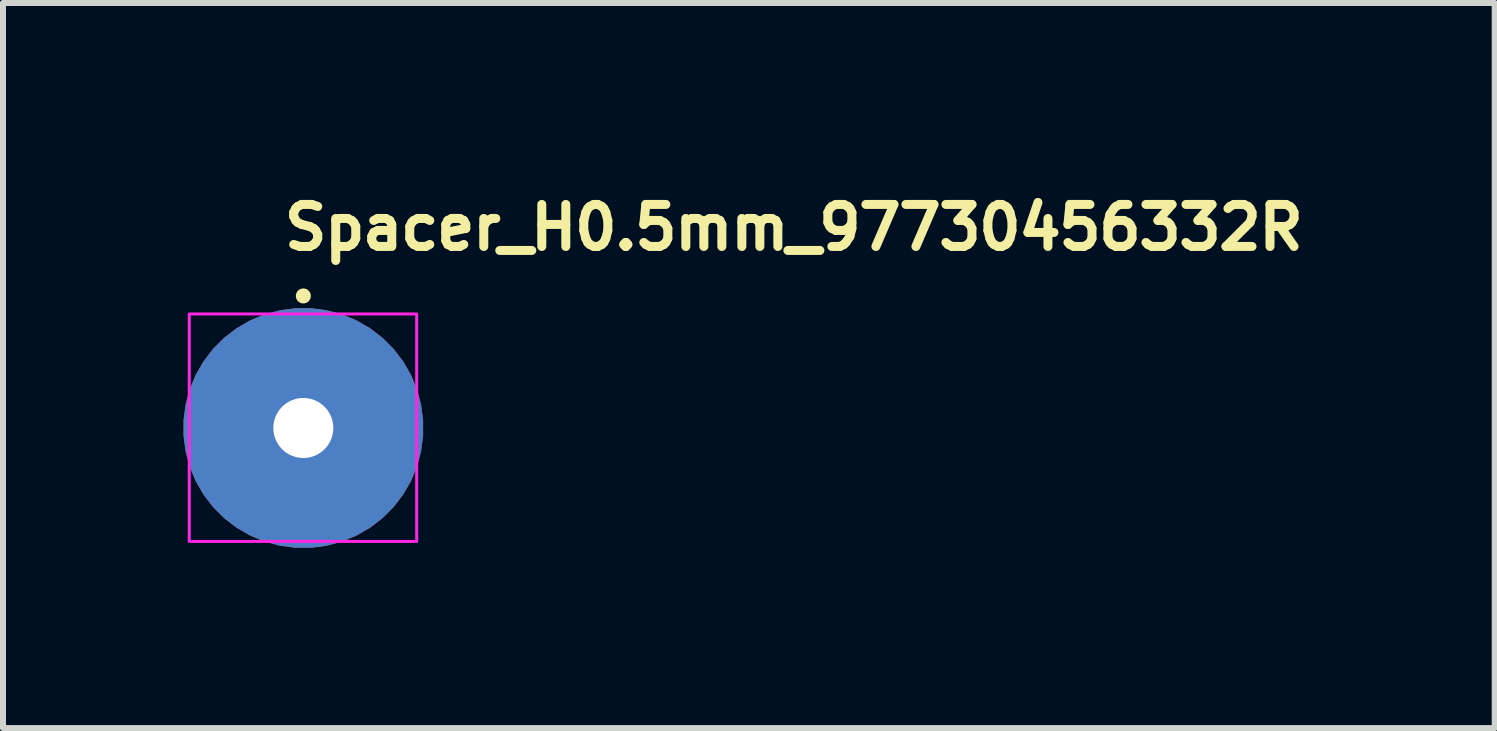
<source format=kicad_pcb>
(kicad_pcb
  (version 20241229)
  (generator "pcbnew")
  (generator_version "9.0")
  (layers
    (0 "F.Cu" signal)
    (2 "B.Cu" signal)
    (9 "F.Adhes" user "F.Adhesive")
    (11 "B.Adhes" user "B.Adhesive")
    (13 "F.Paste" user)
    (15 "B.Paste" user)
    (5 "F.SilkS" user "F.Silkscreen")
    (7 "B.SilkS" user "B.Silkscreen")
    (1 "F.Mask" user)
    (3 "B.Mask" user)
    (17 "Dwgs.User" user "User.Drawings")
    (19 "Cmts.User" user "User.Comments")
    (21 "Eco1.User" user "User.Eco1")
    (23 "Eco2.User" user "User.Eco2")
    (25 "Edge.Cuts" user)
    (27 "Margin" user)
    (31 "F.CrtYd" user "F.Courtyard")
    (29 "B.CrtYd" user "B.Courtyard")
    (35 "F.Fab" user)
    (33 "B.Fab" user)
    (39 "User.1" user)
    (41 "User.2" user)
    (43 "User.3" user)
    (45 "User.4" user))
  (footprint "Spacer_H0.5mm_97730456332R"
    (layer "F.Cu")
    (at 2.003 4.081)
    (property "Reference" "Spacer_H0.5mm_97730456332R" (at -0.391 -2.931 0) (unlocked yes) (layer "F.SilkS") (effects (font (size 0.7 0.7) (thickness 0.15)) (justify left bottom)))
    (attr smd)
    (fp_circle (center 0.001 -2.2) (end 0.051 -2.2) (stroke (width 0.15) (type solid)) (fill yes) (layer "F.SilkS"))
    (fp_line (start -1.849 0.569) (end -1.849 -0.579) (stroke (width 0.12) (type solid)) (layer "F.Paste"))
    (fp_line (start -1.748 0.819) (end -1.748 -0.83) (stroke (width 0.12) (type solid)) (layer "F.Paste"))
    (fp_line (start -1.65 0.998) (end -1.65 -1.024) (stroke (width 0.12) (type solid)) (layer "F.Paste"))
    (fp_line (start -1.549 1.149) (end -1.549 -1.159) (stroke (width 0.12) (type solid)) (layer "F.Paste"))
    (fp_line (start -1.448 1.274) (end -1.448 -1.275) (stroke (width 0.12) (type solid)) (layer "F.Paste"))
    (fp_line (start -1.349 1.375) (end -1.349 -1.374) (stroke (width 0.12) (type solid)) (layer "F.Paste"))
    (fp_line (start -1.248 1.476) (end -1.248 -1.468) (stroke (width 0.12) (type solid)) (layer "F.Paste"))
    (fp_line (start -1.15 1.551) (end -1.15 -1.55) (stroke (width 0.12) (type solid)) (layer "F.Paste"))
    (fp_line (start -1.049 1.625) (end -1.049 -1.624) (stroke (width 0.12) (type solid)) (layer "F.Paste"))
    (fp_line (start -0.95 1.676) (end -0.95 -1.679) (stroke (width 0.12) (type solid)) (layer "F.Paste"))
    (fp_line (start -0.849 1.726) (end -0.849 -1.739) (stroke (width 0.12) (type solid)) (layer "F.Paste"))
    (fp_line (start -0.748 1.774) (end -0.748 -1.778) (stroke (width 0.12) (type solid)) (layer "F.Paste"))
    (fp_line (start -0.65 1.825) (end -0.65 -1.823) (stroke (width 0.12) (type solid)) (layer "F.Paste"))
    (fp_line (start -0.551 -1.87) (end -0.551 1.86) (stroke (width 0.12) (type solid)) (layer "F.Paste"))
    (fp_line (start 0.551 1.87) (end 0.551 -1.859) (stroke (width 0.12) (type solid)) (layer "F.Paste"))
    (fp_line (start 0.65 -1.823) (end 0.65 1.825) (stroke (width 0.12) (type solid)) (layer "F.Paste"))
    (fp_line (start 0.749 -1.775) (end 0.749 1.779) (stroke (width 0.12) (type solid)) (layer "F.Paste"))
    (fp_line (start 0.849 -1.724) (end 0.849 1.74) (stroke (width 0.12) (type solid)) (layer "F.Paste"))
    (fp_line (start 0.95 -1.675) (end 0.95 1.679) (stroke (width 0.12) (type solid)) (layer "F.Paste"))
    (fp_line (start 1.051 -1.624) (end 1.051 1.625) (stroke (width 0.12) (type solid)) (layer "F.Paste"))
    (fp_line (start 1.149 -1.55) (end 1.149 1.551) (stroke (width 0.12) (type solid)) (layer "F.Paste"))
    (fp_line (start 1.25 -1.474) (end 1.25 1.469) (stroke (width 0.12) (type solid)) (layer "F.Paste"))
    (fp_line (start 1.351 -1.374) (end 1.351 1.375) (stroke (width 0.12) (type solid)) (layer "F.Paste"))
    (fp_line (start 1.45 -1.275) (end 1.45 1.274) (stroke (width 0.12) (type solid)) (layer "F.Paste"))
    (fp_line (start 1.551 -1.15) (end 1.551 1.16) (stroke (width 0.12) (type solid)) (layer "F.Paste"))
    (fp_line (start 1.649 -0.999) (end 1.649 1.024) (stroke (width 0.12) (type solid)) (layer "F.Paste"))
    (fp_line (start 1.75 -0.82) (end 1.75 0.83) (stroke (width 0.12) (type solid)) (layer "F.Paste"))
    (fp_line (start 1.851 -0.57) (end 1.851 0.578) (stroke (width 0.12) (type solid)) (layer "F.Paste"))
    (fp_arc (start -0.557 1.873) (mid -1.953 -0.002) (end -0.551 -1.874) (stroke (width 0.1) (type solid)) (layer "F.Paste"))
    (fp_arc (start 0.557 -1.874) (mid 1.954 0.002) (end 0.551 1.875) (stroke (width 0.1) (type solid)) (layer "F.Paste"))
    (fp_rect (start -1.9 -1.9) (end 1.89 1.89) (stroke (width 0.05) (type solid)) (fill no) (layer "F.CrtYd"))
    (fp_rect (start -1.65 -1.65) (end 1.649 1.649) (stroke (width 0.1) (type solid)) (fill no) (layer "User.5"))
    (fp_line (start -1.65 0) (end -1.65 0) (stroke (width 0.02) (type solid)) (layer "User.9"))
    (fp_line (start -1.65 0) (end -1.647 0.084) (stroke (width 0.02) (type solid)) (layer "User.9"))
    (fp_line (start -1.647 -0.085) (end -1.65 0) (stroke (width 0.02) (type solid)) (layer "User.9"))
    (fp_line (start -1.647 0.084) (end -1.642 0.168) (stroke (width 0.02) (type solid)) (layer "User.9"))
    (fp_line (start -1.642 -0.169) (end -1.647 -0.085) (stroke (width 0.02) (type solid)) (layer "User.9"))
    (fp_line (start -1.642 0.168) (end -1.629 0.25) (stroke (width 0.02) (type solid)) (layer "User.9"))
    (fp_line (start -1.629 -0.25) (end -1.642 -0.169) (stroke (width 0.02) (type solid)) (layer "User.9"))
    (fp_line (start -1.629 0.25) (end -1.615 0.333) (stroke (width 0.02) (type solid)) (layer "User.9"))
    (fp_line (start -1.615 -0.333) (end -1.629 -0.25) (stroke (width 0.02) (type solid)) (layer "User.9"))
    (fp_line (start -1.615 0.333) (end -1.597 0.412) (stroke (width 0.02) (type solid)) (layer "User.9"))
    (fp_line (start -1.597 -0.413) (end -1.615 -0.333) (stroke (width 0.02) (type solid)) (layer "User.9"))
    (fp_line (start -1.597 0.412) (end -1.575 0.49) (stroke (width 0.02) (type solid)) (layer "User.9"))
    (fp_line (start -1.575 -0.49) (end -1.597 -0.413) (stroke (width 0.02) (type solid)) (layer "User.9"))
    (fp_line (start -1.575 0.49) (end -1.549 0.567) (stroke (width 0.02) (type solid)) (layer "User.9"))
    (fp_line (start -1.549 -0.567) (end -1.575 -0.49) (stroke (width 0.02) (type solid)) (layer "User.9"))
    (fp_line (start -1.549 0.567) (end -1.52 0.642) (stroke (width 0.02) (type solid)) (layer "User.9"))
    (fp_line (start -1.52 -0.643) (end -1.549 -0.567) (stroke (width 0.02) (type solid)) (layer "User.9"))
    (fp_line (start -1.52 0.642) (end -1.487 0.714) (stroke (width 0.02) (type solid)) (layer "User.9"))
    (fp_line (start -1.487 -0.714) (end -1.52 -0.643) (stroke (width 0.02) (type solid)) (layer "User.9"))
    (fp_line (start -1.487 0.714) (end -1.45 0.786) (stroke (width 0.02) (type solid)) (layer "User.9"))
    (fp_line (start -1.45 -0.787) (end -1.487 -0.714) (stroke (width 0.02) (type solid)) (layer "User.9"))
    (fp_line (start -1.45 0.786) (end -1.41 0.854) (stroke (width 0.02) (type solid)) (layer "User.9"))
    (fp_line (start -1.41 -0.855) (end -1.45 -0.787) (stroke (width 0.02) (type solid)) (layer "User.9"))
    (fp_line (start -1.41 0.854) (end -1.368 0.923) (stroke (width 0.02) (type solid)) (layer "User.9"))
    (fp_line (start -1.368 -0.923) (end -1.41 -0.855) (stroke (width 0.02) (type solid)) (layer "User.9"))
    (fp_line (start -1.368 0.923) (end -1.322 0.987) (stroke (width 0.02) (type solid)) (layer "User.9"))
    (fp_line (start -1.322 -0.987) (end -1.368 -0.923) (stroke (width 0.02) (type solid)) (layer "User.9"))
    (fp_line (start -1.322 0.987) (end -1.272 1.048) (stroke (width 0.02) (type solid)) (layer "User.9"))
    (fp_line (start -1.272 -1.05) (end -1.322 -0.987) (stroke (width 0.02) (type solid)) (layer "User.9"))
    (fp_line (start -1.272 1.048) (end -1.221 1.109) (stroke (width 0.02) (type solid)) (layer "User.9"))
    (fp_line (start -1.221 -1.109) (end -1.272 -1.05) (stroke (width 0.02) (type solid)) (layer "User.9"))
    (fp_line (start -1.221 1.109) (end -1.166 1.165) (stroke (width 0.02) (type solid)) (layer "User.9"))
    (fp_line (start -1.166 -1.166) (end -1.221 -1.109) (stroke (width 0.02) (type solid)) (layer "User.9"))
    (fp_line (start -1.166 1.165) (end -1.11 1.221) (stroke (width 0.02) (type solid)) (layer "User.9"))
    (fp_line (start -1.11 -1.221) (end -1.166 -1.166) (stroke (width 0.02) (type solid)) (layer "User.9"))
    (fp_line (start -1.11 1.221) (end -1.049 1.274) (stroke (width 0.02) (type solid)) (layer "User.9"))
    (fp_line (start -1.049 -1.272) (end -1.11 -1.221) (stroke (width 0.02) (type solid)) (layer "User.9"))
    (fp_line (start -1.049 1.274) (end -0.987 1.322) (stroke (width 0.02) (type solid)) (layer "User.9"))
    (fp_line (start -0.987 -1.322) (end -1.049 -1.272) (stroke (width 0.02) (type solid)) (layer "User.9"))
    (fp_line (start -0.987 1.322) (end -0.923 1.368) (stroke (width 0.02) (type solid)) (layer "User.9"))
    (fp_line (start -0.923 -1.368) (end -0.987 -1.322) (stroke (width 0.02) (type solid)) (layer "User.9"))
    (fp_line (start -0.923 1.368) (end -0.854 1.412) (stroke (width 0.02) (type solid)) (layer "User.9"))
    (fp_line (start -0.854 -1.41) (end -0.923 -1.368) (stroke (width 0.02) (type solid)) (layer "User.9"))
    (fp_line (start -0.854 1.412) (end -0.786 1.45) (stroke (width 0.02) (type solid)) (layer "User.9"))
    (fp_line (start -0.81 0) (end -0.81 0) (stroke (width 0.02) (type solid)) (layer "User.9"))
    (fp_line (start -0.81 0) (end -0.809 0.041) (stroke (width 0.02) (type solid)) (layer "User.9"))
    (fp_line (start -0.809 -0.041) (end -0.81 0) (stroke (width 0.02) (type solid)) (layer "User.9"))
    (fp_line (start -0.809 0.041) (end -0.807 0.083) (stroke (width 0.02) (type solid)) (layer "User.9"))
    (fp_line (start -0.807 -0.083) (end -0.809 -0.041) (stroke (width 0.02) (type solid)) (layer "User.9"))
    (fp_line (start -0.807 0.083) (end -0.801 0.123) (stroke (width 0.02) (type solid)) (layer "User.9"))
    (fp_line (start -0.801 -0.122) (end -0.807 -0.083) (stroke (width 0.02) (type solid)) (layer "User.9"))
    (fp_line (start -0.801 0.123) (end -0.794 0.163) (stroke (width 0.02) (type solid)) (layer "User.9"))
    (fp_line (start -0.794 -0.163) (end -0.801 -0.122) (stroke (width 0.02) (type solid)) (layer "User.9"))
    (fp_line (start -0.794 0.163) (end -0.785 0.202) (stroke (width 0.02) (type solid)) (layer "User.9"))
    (fp_line (start -0.786 -1.451) (end -0.854 -1.41) (stroke (width 0.02) (type solid)) (layer "User.9"))
    (fp_line (start -0.786 1.45) (end -0.714 1.487) (stroke (width 0.02) (type solid)) (layer "User.9"))
    (fp_line (start -0.785 -0.202) (end -0.794 -0.163) (stroke (width 0.02) (type solid)) (layer "User.9"))
    (fp_line (start -0.785 0.202) (end -0.775 0.24) (stroke (width 0.02) (type solid)) (layer "User.9"))
    (fp_line (start -0.775 -0.24) (end -0.785 -0.202) (stroke (width 0.02) (type solid)) (layer "User.9"))
    (fp_line (start -0.775 0.24) (end -0.761 0.278) (stroke (width 0.02) (type solid)) (layer "User.9"))
    (fp_line (start -0.761 -0.278) (end -0.775 -0.24) (stroke (width 0.02) (type solid)) (layer "User.9"))
    (fp_line (start -0.761 0.278) (end -0.745 0.314) (stroke (width 0.02) (type solid)) (layer "User.9"))
    (fp_line (start -0.745 -0.314) (end -0.761 -0.278) (stroke (width 0.02) (type solid)) (layer "User.9"))
    (fp_line (start -0.745 0.314) (end -0.729 0.351) (stroke (width 0.02) (type solid)) (layer "User.9"))
    (fp_line (start -0.729 -0.351) (end -0.745 -0.314) (stroke (width 0.02) (type solid)) (layer "User.9"))
    (fp_line (start -0.729 0.351) (end -0.711 0.386) (stroke (width 0.02) (type solid)) (layer "User.9"))
    (fp_line (start -0.714 -1.487) (end -0.786 -1.451) (stroke (width 0.02) (type solid)) (layer "User.9"))
    (fp_line (start -0.714 1.487) (end -0.642 1.519) (stroke (width 0.02) (type solid)) (layer "User.9"))
    (fp_line (start -0.711 -0.387) (end -0.729 -0.351) (stroke (width 0.02) (type solid)) (layer "User.9"))
    (fp_line (start -0.711 0.386) (end -0.693 0.419) (stroke (width 0.02) (type solid)) (layer "User.9"))
    (fp_line (start -0.693 -0.419) (end -0.711 -0.387) (stroke (width 0.02) (type solid)) (layer "User.9"))
    (fp_line (start -0.693 0.419) (end -0.673 0.453) (stroke (width 0.02) (type solid)) (layer "User.9"))
    (fp_line (start -0.673 -0.454) (end -0.693 -0.419) (stroke (width 0.02) (type solid)) (layer "User.9"))
    (fp_line (start -0.673 0.453) (end -0.65 0.484) (stroke (width 0.02) (type solid)) (layer "User.9"))
    (fp_line (start -0.65 -0.484) (end -0.673 -0.454) (stroke (width 0.02) (type solid)) (layer "User.9"))
    (fp_line (start -0.65 0.484) (end -0.625 0.516) (stroke (width 0.02) (type solid)) (layer "User.9"))
    (fp_line (start -0.642 -1.521) (end -0.714 -1.487) (stroke (width 0.02) (type solid)) (layer "User.9"))
    (fp_line (start -0.642 1.519) (end -0.567 1.548) (stroke (width 0.02) (type solid)) (layer "User.9"))
    (fp_line (start -0.625 -0.516) (end -0.65 -0.484) (stroke (width 0.02) (type solid)) (layer "User.9"))
    (fp_line (start -0.625 0.516) (end -0.599 0.544) (stroke (width 0.02) (type solid)) (layer "User.9"))
    (fp_line (start -0.61 0.013) (end -0.607 0.057) (stroke (width 0.02) (type solid)) (layer "User.9"))
    (fp_line (start -0.609 -0.031) (end -0.61 0.013) (stroke (width 0.02) (type solid)) (layer "User.9"))
    (fp_line (start -0.607 0.057) (end -0.601 0.102) (stroke (width 0.02) (type solid)) (layer "User.9"))
    (fp_line (start -0.604 -0.075) (end -0.609 -0.031) (stroke (width 0.02) (type solid)) (layer "User.9"))
    (fp_line (start -0.601 0.102) (end -0.591 0.145) (stroke (width 0.02) (type solid)) (layer "User.9"))
    (fp_line (start -0.599 -0.544) (end -0.625 -0.516) (stroke (width 0.02) (type solid)) (layer "User.9"))
    (fp_line (start -0.599 0.544) (end -0.573 0.573) (stroke (width 0.02) (type solid)) (layer "User.9"))
    (fp_line (start -0.597 -0.118) (end -0.604 -0.075) (stroke (width 0.02) (type solid)) (layer "User.9"))
    (fp_line (start -0.591 0.145) (end -0.58 0.189) (stroke (width 0.02) (type solid)) (layer "User.9"))
    (fp_line (start -0.588 -0.163) (end -0.597 -0.118) (stroke (width 0.02) (type solid)) (layer "User.9"))
    (fp_line (start -0.58 0.189) (end -0.564 0.233) (stroke (width 0.02) (type solid)) (layer "User.9"))
    (fp_line (start -0.575 -0.205) (end -0.588 -0.163) (stroke (width 0.02) (type solid)) (layer "User.9"))
    (fp_line (start -0.573 -0.573) (end -0.599 -0.544) (stroke (width 0.02) (type solid)) (layer "User.9"))
    (fp_line (start -0.573 0.573) (end -0.544 0.599) (stroke (width 0.02) (type solid)) (layer "User.9"))
    (fp_line (start -0.567 -1.55) (end -0.642 -1.521) (stroke (width 0.02) (type solid)) (layer "User.9"))
    (fp_line (start -0.567 1.548) (end -0.49 1.575) (stroke (width 0.02) (type solid)) (layer "User.9"))
    (fp_line (start -0.564 0.233) (end -0.564 0.233) (stroke (width 0.02) (type solid)) (layer "User.9"))
    (fp_line (start -0.564 0.233) (end -0.554 0.253) (stroke (width 0.02) (type solid)) (layer "User.9"))
    (fp_line (start -0.559 -0.245) (end -0.575 -0.205) (stroke (width 0.02) (type solid)) (layer "User.9"))
    (fp_line (start -0.554 0.253) (end -0.544 0.275) (stroke (width 0.02) (type solid)) (layer "User.9"))
    (fp_line (start -0.544 -0.599) (end -0.573 -0.573) (stroke (width 0.02) (type solid)) (layer "User.9"))
    (fp_line (start -0.544 0.275) (end -0.535 0.294) (stroke (width 0.02) (type solid)) (layer "User.9"))
    (fp_line (start -0.544 0.599) (end -0.516 0.625) (stroke (width 0.02) (type solid)) (layer "User.9"))
    (fp_line (start -0.54 -0.287) (end -0.559 -0.245) (stroke (width 0.02) (type solid)) (layer "User.9"))
    (fp_line (start -0.535 0.294) (end -0.522 0.314) (stroke (width 0.02) (type solid)) (layer "User.9"))
    (fp_line (start -0.522 0.314) (end -0.509 0.334) (stroke (width 0.02) (type solid)) (layer "User.9"))
    (fp_line (start -0.517 -0.326) (end -0.54 -0.287) (stroke (width 0.02) (type solid)) (layer "User.9"))
    (fp_line (start -0.516 -0.625) (end -0.544 -0.599) (stroke (width 0.02) (type solid)) (layer "User.9"))
    (fp_line (start -0.516 0.625) (end -0.484 0.649) (stroke (width 0.02) (type solid)) (layer "User.9"))
    (fp_line (start -0.509 0.334) (end -0.498 0.352) (stroke (width 0.02) (type solid)) (layer "User.9"))
    (fp_line (start -0.498 0.352) (end -0.484 0.37) (stroke (width 0.02) (type solid)) (layer "User.9"))
    (fp_line (start -0.49 -1.576) (end -0.567 -1.55) (stroke (width 0.02) (type solid)) (layer "User.9"))
    (fp_line (start -0.49 -0.362) (end -0.517 -0.326) (stroke (width 0.02) (type solid)) (layer "User.9"))
    (fp_line (start -0.49 1.575) (end -0.413 1.599) (stroke (width 0.02) (type solid)) (layer "User.9"))
    (fp_line (start -0.484 -0.65) (end -0.516 -0.625) (stroke (width 0.02) (type solid)) (layer "User.9"))
    (fp_line (start -0.484 0.37) (end -0.471 0.388) (stroke (width 0.02) (type solid)) (layer "User.9"))
    (fp_line (start -0.484 0.649) (end -0.453 0.673) (stroke (width 0.02) (type solid)) (layer "User.9"))
    (fp_line (start -0.471 0.388) (end -0.456 0.405) (stroke (width 0.02) (type solid)) (layer "User.9"))
    (fp_line (start -0.463 -0.397) (end -0.49 -0.362) (stroke (width 0.02) (type solid)) (layer "User.9"))
    (fp_line (start -0.456 0.405) (end -0.44 0.421) (stroke (width 0.02) (type solid)) (layer "User.9"))
    (fp_line (start -0.453 -0.673) (end -0.484 -0.65) (stroke (width 0.02) (type solid)) (layer "User.9"))
    (fp_line (start -0.453 0.673) (end -0.419 0.693) (stroke (width 0.02) (type solid)) (layer "User.9"))
    (fp_line (start -0.44 0.421) (end -0.424 0.436) (stroke (width 0.02) (type solid)) (layer "User.9"))
    (fp_line (start -0.431 -0.431) (end -0.463 -0.397) (stroke (width 0.02) (type solid)) (layer "User.9"))
    (fp_line (start -0.431 -0.431) (end -0.431 -0.431) (stroke (width 0.02) (type solid)) (layer "User.9"))
    (fp_line (start -0.424 0.436) (end -0.41 0.453) (stroke (width 0.02) (type solid)) (layer "User.9"))
    (fp_line (start -0.419 -0.694) (end -0.453 -0.673) (stroke (width 0.02) (type solid)) (layer "User.9"))
    (fp_line (start -0.419 0.693) (end -0.386 0.711) (stroke (width 0.02) (type solid)) (layer "User.9"))
    (fp_line (start -0.413 -1.598) (end -0.49 -1.576) (stroke (width 0.02) (type solid)) (layer "User.9"))
    (fp_line (start -0.413 1.599) (end -0.333 1.617) (stroke (width 0.02) (type solid)) (layer "User.9"))
    (fp_line (start -0.41 0.453) (end -0.392 0.467) (stroke (width 0.02) (type solid)) (layer "User.9"))
    (fp_line (start -0.397 -0.463) (end -0.431 -0.431) (stroke (width 0.02) (type solid)) (layer "User.9"))
    (fp_line (start -0.392 0.467) (end -0.375 0.48) (stroke (width 0.02) (type solid)) (layer "User.9"))
    (fp_line (start -0.386 -0.711) (end -0.419 -0.694) (stroke (width 0.02) (type solid)) (layer "User.9"))
    (fp_line (start -0.386 0.711) (end -0.35 0.729) (stroke (width 0.02) (type solid)) (layer "User.9"))
    (fp_line (start -0.375 0.48) (end -0.357 0.493) (stroke (width 0.02) (type solid)) (layer "User.9"))
    (fp_line (start -0.362 -0.49) (end -0.397 -0.463) (stroke (width 0.02) (type solid)) (layer "User.9"))
    (fp_line (start -0.357 0.493) (end -0.339 0.506) (stroke (width 0.02) (type solid)) (layer "User.9"))
    (fp_line (start -0.35 -0.73) (end -0.386 -0.711) (stroke (width 0.02) (type solid)) (layer "User.9"))
    (fp_line (start -0.35 0.729) (end -0.314 0.745) (stroke (width 0.02) (type solid)) (layer "User.9"))
    (fp_line (start -0.339 0.506) (end -0.32 0.519) (stroke (width 0.02) (type solid)) (layer "User.9"))
    (fp_line (start -0.333 -1.615) (end -0.413 -1.598) (stroke (width 0.02) (type solid)) (layer "User.9"))
    (fp_line (start -0.333 1.617) (end -0.251 1.631) (stroke (width 0.02) (type solid)) (layer "User.9"))
    (fp_line (start -0.325 -0.516) (end -0.362 -0.49) (stroke (width 0.02) (type solid)) (layer "User.9"))
    (fp_line (start -0.32 0.519) (end -0.301 0.53) (stroke (width 0.02) (type solid)) (layer "User.9"))
    (fp_line (start -0.314 -0.746) (end -0.35 -0.73) (stroke (width 0.02) (type solid)) (layer "User.9"))
    (fp_line (start -0.314 0.745) (end -0.278 0.761) (stroke (width 0.02) (type solid)) (layer "User.9"))
    (fp_line (start -0.301 0.53) (end -0.282 0.541) (stroke (width 0.02) (type solid)) (layer "User.9"))
    (fp_line (start -0.286 -0.54) (end -0.325 -0.516) (stroke (width 0.02) (type solid)) (layer "User.9"))
    (fp_line (start -0.282 0.541) (end -0.262 0.551) (stroke (width 0.02) (type solid)) (layer "User.9"))
    (fp_line (start -0.278 -0.761) (end -0.314 -0.746) (stroke (width 0.02) (type solid)) (layer "User.9"))
    (fp_line (start -0.278 0.761) (end -0.24 0.774) (stroke (width 0.02) (type solid)) (layer "User.9"))
    (fp_line (start -0.262 0.551) (end -0.24 0.56) (stroke (width 0.02) (type solid)) (layer "User.9"))
    (fp_line (start -0.251 -1.63) (end -0.333 -1.615) (stroke (width 0.02) (type solid)) (layer "User.9"))
    (fp_line (start -0.251 1.631) (end -0.168 1.641) (stroke (width 0.02) (type solid)) (layer "User.9"))
    (fp_line (start -0.245 -0.559) (end -0.286 -0.54) (stroke (width 0.02) (type solid)) (layer "User.9"))
    (fp_line (start -0.24 -0.775) (end -0.278 -0.761) (stroke (width 0.02) (type solid)) (layer "User.9"))
    (fp_line (start -0.24 0.56) (end -0.221 0.569) (stroke (width 0.02) (type solid)) (layer "User.9"))
    (fp_line (start -0.24 0.774) (end -0.203 0.785) (stroke (width 0.02) (type solid)) (layer "User.9"))
    (fp_line (start -0.221 0.569) (end -0.2 0.577) (stroke (width 0.02) (type solid)) (layer "User.9"))
    (fp_line (start -0.205 -0.576) (end -0.245 -0.559) (stroke (width 0.02) (type solid)) (layer "User.9"))
    (fp_line (start -0.203 -0.785) (end -0.24 -0.775) (stroke (width 0.02) (type solid)) (layer "User.9"))
    (fp_line (start -0.203 0.785) (end -0.163 0.794) (stroke (width 0.02) (type solid)) (layer "User.9"))
    (fp_line (start -0.2 0.577) (end -0.179 0.583) (stroke (width 0.02) (type solid)) (layer "User.9"))
    (fp_line (start -0.179 0.583) (end -0.157 0.588) (stroke (width 0.02) (type solid)) (layer "User.9"))
    (fp_line (start -0.168 -1.641) (end -0.251 -1.63) (stroke (width 0.02) (type solid)) (layer "User.9"))
    (fp_line (start -0.168 1.641) (end -0.084 1.646) (stroke (width 0.02) (type solid)) (layer "User.9"))
    (fp_line (start -0.163 -0.794) (end -0.203 -0.785) (stroke (width 0.02) (type solid)) (layer "User.9"))
    (fp_line (start -0.163 -0.588) (end -0.205 -0.576) (stroke (width 0.02) (type solid)) (layer "User.9"))
    (fp_line (start -0.163 0.794) (end -0.123 0.801) (stroke (width 0.02) (type solid)) (layer "User.9"))
    (fp_line (start -0.157 0.588) (end -0.136 0.594) (stroke (width 0.02) (type solid)) (layer "User.9"))
    (fp_line (start -0.136 0.594) (end -0.113 0.599) (stroke (width 0.02) (type solid)) (layer "User.9"))
    (fp_line (start -0.123 -0.801) (end -0.163 -0.794) (stroke (width 0.02) (type solid)) (layer "User.9"))
    (fp_line (start -0.123 0.801) (end -0.083 0.806) (stroke (width 0.02) (type solid)) (layer "User.9"))
    (fp_line (start -0.118 -0.598) (end -0.163 -0.588) (stroke (width 0.02) (type solid)) (layer "User.9"))
    (fp_line (start -0.113 0.599) (end -0.091 0.602) (stroke (width 0.02) (type solid)) (layer "User.9"))
    (fp_line (start -0.091 0.602) (end -0.068 0.605) (stroke (width 0.02) (type solid)) (layer "User.9"))
    (fp_line (start -0.084 -1.647) (end -0.168 -1.641) (stroke (width 0.02) (type solid)) (layer "User.9"))
    (fp_line (start -0.084 1.646) (end 0.001 1.649) (stroke (width 0.02) (type solid)) (layer "User.9"))
    (fp_line (start -0.083 -0.807) (end -0.123 -0.801) (stroke (width 0.02) (type solid)) (layer "User.9"))
    (fp_line (start -0.083 0.806) (end -0.041 0.809) (stroke (width 0.02) (type solid)) (layer "User.9"))
    (fp_line (start -0.075 -0.605) (end -0.118 -0.598) (stroke (width 0.02) (type solid)) (layer "User.9"))
    (fp_line (start -0.068 0.605) (end -0.044 0.607) (stroke (width 0.02) (type solid)) (layer "User.9"))
    (fp_line (start -0.044 0.607) (end -0.022 0.609) (stroke (width 0.02) (type solid)) (layer "User.9"))
    (fp_line (start -0.041 -0.81) (end -0.083 -0.807) (stroke (width 0.02) (type solid)) (layer "User.9"))
    (fp_line (start -0.041 0.809) (end 0.001 0.81) (stroke (width 0.02) (type solid)) (layer "User.9"))
    (fp_line (start -0.03 -0.609) (end -0.075 -0.605) (stroke (width 0.02) (type solid)) (layer "User.9"))
    (fp_line (start -0.022 0.609) (end 0.001 0.609) (stroke (width 0.02) (type solid)) (layer "User.9"))
    (fp_line (start 0.001 -1.65) (end -0.084 -1.647) (stroke (width 0.02) (type solid)) (layer "User.9"))
    (fp_line (start 0.001 -1.65) (end 0.001 -1.65) (stroke (width 0.02) (type solid)) (layer "User.9"))
    (fp_line (start 0.001 -0.81) (end -0.041 -0.81) (stroke (width 0.02) (type solid)) (layer "User.9"))
    (fp_line (start 0.001 -0.81) (end 0.001 -0.81) (stroke (width 0.02) (type solid)) (layer "User.9"))
    (fp_line (start 0.001 0.609) (end 0.03 0.609) (stroke (width 0.02) (type solid)) (layer "User.9"))
    (fp_line (start 0.001 0.81) (end 0.001 0.81) (stroke (width 0.02) (type solid)) (layer "User.9"))
    (fp_line (start 0.001 0.81) (end 0.041 0.809) (stroke (width 0.02) (type solid)) (layer "User.9"))
    (fp_line (start 0.001 1.649) (end 0.001 1.649) (stroke (width 0.02) (type solid)) (layer "User.9"))
    (fp_line (start 0.001 1.649) (end 0.084 1.646) (stroke (width 0.02) (type solid)) (layer "User.9"))
    (fp_line (start 0.014 -0.609) (end -0.03 -0.609) (stroke (width 0.02) (type solid)) (layer "User.9"))
    (fp_line (start 0.03 0.609) (end 0.06 0.607) (stroke (width 0.02) (type solid)) (layer "User.9"))
    (fp_line (start 0.041 -0.81) (end 0.001 -0.81) (stroke (width 0.02) (type solid)) (layer "User.9"))
    (fp_line (start 0.041 0.809) (end 0.083 0.806) (stroke (width 0.02) (type solid)) (layer "User.9"))
    (fp_line (start 0.057 -0.607) (end 0.014 -0.609) (stroke (width 0.02) (type solid)) (layer "User.9"))
    (fp_line (start 0.06 0.607) (end 0.089 0.602) (stroke (width 0.02) (type solid)) (layer "User.9"))
    (fp_line (start 0.083 -0.807) (end 0.041 -0.81) (stroke (width 0.02) (type solid)) (layer "User.9"))
    (fp_line (start 0.083 0.806) (end 0.123 0.801) (stroke (width 0.02) (type solid)) (layer "User.9"))
    (fp_line (start 0.084 -1.647) (end 0.001 -1.65) (stroke (width 0.02) (type solid)) (layer "User.9"))
    (fp_line (start 0.084 1.646) (end 0.169 1.641) (stroke (width 0.02) (type solid)) (layer "User.9"))
    (fp_line (start 0.089 0.602) (end 0.12 0.597) (stroke (width 0.02) (type solid)) (layer "User.9"))
    (fp_line (start 0.102 -0.601) (end 0.057 -0.607) (stroke (width 0.02) (type solid)) (layer "User.9"))
    (fp_line (start 0.12 0.597) (end 0.147 0.591) (stroke (width 0.02) (type solid)) (layer "User.9"))
    (fp_line (start 0.123 -0.801) (end 0.083 -0.807) (stroke (width 0.02) (type solid)) (layer "User.9"))
    (fp_line (start 0.123 0.801) (end 0.163 0.794) (stroke (width 0.02) (type solid)) (layer "User.9"))
    (fp_line (start 0.145 -0.592) (end 0.102 -0.601) (stroke (width 0.02) (type solid)) (layer "User.9"))
    (fp_line (start 0.147 0.591) (end 0.177 0.583) (stroke (width 0.02) (type solid)) (layer "User.9"))
    (fp_line (start 0.163 -0.794) (end 0.123 -0.801) (stroke (width 0.02) (type solid)) (layer "User.9"))
    (fp_line (start 0.163 0.794) (end 0.203 0.785) (stroke (width 0.02) (type solid)) (layer "User.9"))
    (fp_line (start 0.169 -1.641) (end 0.084 -1.647) (stroke (width 0.02) (type solid)) (layer "User.9"))
    (fp_line (start 0.169 1.641) (end 0.251 1.631) (stroke (width 0.02) (type solid)) (layer "User.9"))
    (fp_line (start 0.177 0.583) (end 0.206 0.575) (stroke (width 0.02) (type solid)) (layer "User.9"))
    (fp_line (start 0.19 -0.58) (end 0.145 -0.592) (stroke (width 0.02) (type solid)) (layer "User.9"))
    (fp_line (start 0.203 -0.785) (end 0.163 -0.794) (stroke (width 0.02) (type solid)) (layer "User.9"))
    (fp_line (start 0.203 0.785) (end 0.24 0.774) (stroke (width 0.02) (type solid)) (layer "User.9"))
    (fp_line (start 0.206 0.575) (end 0.233 0.564) (stroke (width 0.02) (type solid)) (layer "User.9"))
    (fp_line (start 0.233 -0.564) (end 0.19 -0.58) (stroke (width 0.02) (type solid)) (layer "User.9"))
    (fp_line (start 0.233 -0.564) (end 0.233 -0.564) (stroke (width 0.02) (type solid)) (layer "User.9"))
    (fp_line (start 0.233 0.564) (end 0.261 0.551) (stroke (width 0.02) (type solid)) (layer "User.9"))
    (fp_line (start 0.24 -0.775) (end 0.203 -0.785) (stroke (width 0.02) (type solid)) (layer "User.9"))
    (fp_line (start 0.24 0.774) (end 0.278 0.761) (stroke (width 0.02) (type solid)) (layer "User.9"))
    (fp_line (start 0.251 -1.63) (end 0.169 -1.641) (stroke (width 0.02) (type solid)) (layer "User.9"))
    (fp_line (start 0.251 1.631) (end 0.333 1.617) (stroke (width 0.02) (type solid)) (layer "User.9"))
    (fp_line (start 0.261 0.551) (end 0.288 0.538) (stroke (width 0.02) (type solid)) (layer "User.9"))
    (fp_line (start 0.275 -0.544) (end 0.233 -0.564) (stroke (width 0.02) (type solid)) (layer "User.9"))
    (fp_line (start 0.278 -0.761) (end 0.24 -0.775) (stroke (width 0.02) (type solid)) (layer "User.9"))
    (fp_line (start 0.278 0.761) (end 0.315 0.745) (stroke (width 0.02) (type solid)) (layer "User.9"))
    (fp_line (start 0.288 0.538) (end 0.312 0.524) (stroke (width 0.02) (type solid)) (layer "User.9"))
    (fp_line (start 0.312 0.524) (end 0.339 0.506) (stroke (width 0.02) (type solid)) (layer "User.9"))
    (fp_line (start 0.315 -0.746) (end 0.278 -0.761) (stroke (width 0.02) (type solid)) (layer "User.9"))
    (fp_line (start 0.315 -0.522) (end 0.275 -0.544) (stroke (width 0.02) (type solid)) (layer "User.9"))
    (fp_line (start 0.315 0.745) (end 0.352 0.729) (stroke (width 0.02) (type solid)) (layer "User.9"))
    (fp_line (start 0.333 -1.615) (end 0.251 -1.63) (stroke (width 0.02) (type solid)) (layer "User.9"))
    (fp_line (start 0.333 1.617) (end 0.413 1.599) (stroke (width 0.02) (type solid)) (layer "User.9"))
    (fp_line (start 0.339 0.506) (end 0.363 0.49) (stroke (width 0.02) (type solid)) (layer "User.9"))
    (fp_line (start 0.352 -0.73) (end 0.315 -0.746) (stroke (width 0.02) (type solid)) (layer "User.9"))
    (fp_line (start 0.352 -0.497) (end 0.315 -0.522) (stroke (width 0.02) (type solid)) (layer "User.9"))
    (fp_line (start 0.352 0.729) (end 0.387 0.711) (stroke (width 0.02) (type solid)) (layer "User.9"))
    (fp_line (start 0.363 0.49) (end 0.387 0.472) (stroke (width 0.02) (type solid)) (layer "User.9"))
    (fp_line (start 0.387 -0.711) (end 0.352 -0.73) (stroke (width 0.02) (type solid)) (layer "User.9"))
    (fp_line (start 0.387 0.472) (end 0.41 0.452) (stroke (width 0.02) (type solid)) (layer "User.9"))
    (fp_line (start 0.387 0.711) (end 0.419 0.693) (stroke (width 0.02) (type solid)) (layer "User.9"))
    (fp_line (start 0.389 -0.471) (end 0.352 -0.497) (stroke (width 0.02) (type solid)) (layer "User.9"))
    (fp_line (start 0.41 0.452) (end 0.431 0.431) (stroke (width 0.02) (type solid)) (layer "User.9"))
    (fp_line (start 0.413 -1.598) (end 0.333 -1.615) (stroke (width 0.02) (type solid)) (layer "User.9"))
    (fp_line (start 0.413 1.599) (end 0.49 1.575) (stroke (width 0.02) (type solid)) (layer "User.9"))
    (fp_line (start 0.419 -0.694) (end 0.387 -0.711) (stroke (width 0.02) (type solid)) (layer "User.9"))
    (fp_line (start 0.419 0.693) (end 0.453 0.673) (stroke (width 0.02) (type solid)) (layer "User.9"))
    (fp_line (start 0.421 -0.441) (end 0.389 -0.471) (stroke (width 0.02) (type solid)) (layer "User.9"))
    (fp_line (start 0.431 0.431) (end 0.431 0.431) (stroke (width 0.02) (type solid)) (layer "User.9"))
    (fp_line (start 0.431 0.431) (end 0.453 0.41) (stroke (width 0.02) (type solid)) (layer "User.9"))
    (fp_line (start 0.453 -0.673) (end 0.419 -0.694) (stroke (width 0.02) (type solid)) (layer "User.9"))
    (fp_line (start 0.453 -0.41) (end 0.421 -0.441) (stroke (width 0.02) (type solid)) (layer "User.9"))
    (fp_line (start 0.453 0.41) (end 0.472 0.386) (stroke (width 0.02) (type solid)) (layer "User.9"))
    (fp_line (start 0.453 0.673) (end 0.484 0.649) (stroke (width 0.02) (type solid)) (layer "User.9"))
    (fp_line (start 0.472 0.386) (end 0.49 0.362) (stroke (width 0.02) (type solid)) (layer "User.9"))
    (fp_line (start 0.48 -0.375) (end 0.453 -0.41) (stroke (width 0.02) (type solid)) (layer "User.9"))
    (fp_line (start 0.484 -0.65) (end 0.453 -0.673) (stroke (width 0.02) (type solid)) (layer "User.9"))
    (fp_line (start 0.484 0.649) (end 0.516 0.625) (stroke (width 0.02) (type solid)) (layer "User.9"))
    (fp_line (start 0.49 -1.576) (end 0.413 -1.598) (stroke (width 0.02) (type solid)) (layer "User.9"))
    (fp_line (start 0.49 0.362) (end 0.506 0.338) (stroke (width 0.02) (type solid)) (layer "User.9"))
    (fp_line (start 0.49 1.575) (end 0.567 1.548) (stroke (width 0.02) (type solid)) (layer "User.9"))
    (fp_line (start 0.506 -0.339) (end 0.48 -0.375) (stroke (width 0.02) (type solid)) (layer "User.9"))
    (fp_line (start 0.506 0.338) (end 0.524 0.312) (stroke (width 0.02) (type solid)) (layer "User.9"))
    (fp_line (start 0.516 -0.625) (end 0.484 -0.65) (stroke (width 0.02) (type solid)) (layer "User.9"))
    (fp_line (start 0.516 0.625) (end 0.544 0.599) (stroke (width 0.02) (type solid)) (layer "User.9"))
    (fp_line (start 0.524 0.312) (end 0.538 0.287) (stroke (width 0.02) (type solid)) (layer "User.9"))
    (fp_line (start 0.53 -0.301) (end 0.506 -0.339) (stroke (width 0.02) (type solid)) (layer "User.9"))
    (fp_line (start 0.538 0.287) (end 0.552 0.261) (stroke (width 0.02) (type solid)) (layer "User.9"))
    (fp_line (start 0.544 -0.599) (end 0.516 -0.625) (stroke (width 0.02) (type solid)) (layer "User.9"))
    (fp_line (start 0.544 0.599) (end 0.573 0.573) (stroke (width 0.02) (type solid)) (layer "User.9"))
    (fp_line (start 0.552 -0.262) (end 0.53 -0.301) (stroke (width 0.02) (type solid)) (layer "User.9"))
    (fp_line (start 0.552 0.261) (end 0.565 0.233) (stroke (width 0.02) (type solid)) (layer "User.9"))
    (fp_line (start 0.565 0.233) (end 0.575 0.205) (stroke (width 0.02) (type solid)) (layer "User.9"))
    (fp_line (start 0.567 -1.55) (end 0.49 -1.576) (stroke (width 0.02) (type solid)) (layer "User.9"))
    (fp_line (start 0.567 1.548) (end 0.642 1.519) (stroke (width 0.02) (type solid)) (layer "User.9"))
    (fp_line (start 0.57 -0.221) (end 0.552 -0.262) (stroke (width 0.02) (type solid)) (layer "User.9"))
    (fp_line (start 0.573 -0.573) (end 0.544 -0.599) (stroke (width 0.02) (type solid)) (layer "User.9"))
    (fp_line (start 0.573 0.573) (end 0.599 0.544) (stroke (width 0.02) (type solid)) (layer "User.9"))
    (fp_line (start 0.575 0.205) (end 0.583 0.176) (stroke (width 0.02) (type solid)) (layer "User.9"))
    (fp_line (start 0.583 -0.179) (end 0.57 -0.221) (stroke (width 0.02) (type solid)) (layer "User.9"))
    (fp_line (start 0.583 0.176) (end 0.591 0.147) (stroke (width 0.02) (type solid)) (layer "User.9"))
    (fp_line (start 0.591 0.147) (end 0.597 0.12) (stroke (width 0.02) (type solid)) (layer "User.9"))
    (fp_line (start 0.594 -0.136) (end 0.583 -0.179) (stroke (width 0.02) (type solid)) (layer "User.9"))
    (fp_line (start 0.597 0.12) (end 0.602 0.089) (stroke (width 0.02) (type solid)) (layer "User.9"))
    (fp_line (start 0.599 -0.544) (end 0.573 -0.573) (stroke (width 0.02) (type solid)) (layer "User.9"))
    (fp_line (start 0.599 0.544) (end 0.625 0.516) (stroke (width 0.02) (type solid)) (layer "User.9"))
    (fp_line (start 0.602 -0.091) (end 0.594 -0.136) (stroke (width 0.02) (type solid)) (layer "User.9"))
    (fp_line (start 0.602 0.089) (end 0.607 0.059) (stroke (width 0.02) (type solid)) (layer "User.9"))
    (fp_line (start 0.607 -0.044) (end 0.602 -0.091) (stroke (width 0.02) (type solid)) (layer "User.9"))
    (fp_line (start 0.607 0.059) (end 0.609 0.029) (stroke (width 0.02) (type solid)) (layer "User.9"))
    (fp_line (start 0.609 0.029) (end 0.61 0) (stroke (width 0.02) (type solid)) (layer "User.9"))
    (fp_line (start 0.61 0) (end 0.607 -0.044) (stroke (width 0.02) (type solid)) (layer "User.9"))
    (fp_line (start 0.625 -0.516) (end 0.599 -0.544) (stroke (width 0.02) (type solid)) (layer "User.9"))
    (fp_line (start 0.625 0.516) (end 0.65 0.484) (stroke (width 0.02) (type solid)) (layer "User.9"))
    (fp_line (start 0.642 -1.521) (end 0.567 -1.55) (stroke (width 0.02) (type solid)) (layer "User.9"))
    (fp_line (start 0.642 1.519) (end 0.714 1.487) (stroke (width 0.02) (type solid)) (layer "User.9"))
    (fp_line (start 0.65 -0.484) (end 0.625 -0.516) (stroke (width 0.02) (type solid)) (layer "User.9"))
    (fp_line (start 0.65 0.484) (end 0.673 0.453) (stroke (width 0.02) (type solid)) (layer "User.9"))
    (fp_line (start 0.673 -0.454) (end 0.65 -0.484) (stroke (width 0.02) (type solid)) (layer "User.9"))
    (fp_line (start 0.673 0.453) (end 0.693 0.419) (stroke (width 0.02) (type solid)) (layer "User.9"))
    (fp_line (start 0.693 -0.419) (end 0.673 -0.454) (stroke (width 0.02) (type solid)) (layer "User.9"))
    (fp_line (start 0.693 0.419) (end 0.712 0.386) (stroke (width 0.02) (type solid)) (layer "User.9"))
    (fp_line (start 0.712 -0.387) (end 0.693 -0.419) (stroke (width 0.02) (type solid)) (layer "User.9"))
    (fp_line (start 0.712 0.386) (end 0.73 0.351) (stroke (width 0.02) (type solid)) (layer "User.9"))
    (fp_line (start 0.714 -1.487) (end 0.642 -1.521) (stroke (width 0.02) (type solid)) (layer "User.9"))
    (fp_line (start 0.714 1.487) (end 0.786 1.45) (stroke (width 0.02) (type solid)) (layer "User.9"))
    (fp_line (start 0.73 -0.351) (end 0.712 -0.387) (stroke (width 0.02) (type solid)) (layer "User.9"))
    (fp_line (start 0.73 0.351) (end 0.746 0.314) (stroke (width 0.02) (type solid)) (layer "User.9"))
    (fp_line (start 0.746 -0.314) (end 0.73 -0.351) (stroke (width 0.02) (type solid)) (layer "User.9"))
    (fp_line (start 0.746 0.314) (end 0.761 0.278) (stroke (width 0.02) (type solid)) (layer "User.9"))
    (fp_line (start 0.761 -0.278) (end 0.746 -0.314) (stroke (width 0.02) (type solid)) (layer "User.9"))
    (fp_line (start 0.761 0.278) (end 0.774 0.24) (stroke (width 0.02) (type solid)) (layer "User.9"))
    (fp_line (start 0.774 -0.24) (end 0.761 -0.278) (stroke (width 0.02) (type solid)) (layer "User.9"))
    (fp_line (start 0.774 0.24) (end 0.785 0.202) (stroke (width 0.02) (type solid)) (layer "User.9"))
    (fp_line (start 0.785 -0.202) (end 0.774 -0.24) (stroke (width 0.02) (type solid)) (layer "User.9"))
    (fp_line (start 0.785 0.202) (end 0.794 0.163) (stroke (width 0.02) (type solid)) (layer "User.9"))
    (fp_line (start 0.786 -1.451) (end 0.714 -1.487) (stroke (width 0.02) (type solid)) (layer "User.9"))
    (fp_line (start 0.786 1.45) (end 0.855 1.412) (stroke (width 0.02) (type solid)) (layer "User.9"))
    (fp_line (start 0.794 -0.163) (end 0.785 -0.202) (stroke (width 0.02) (type solid)) (layer "User.9"))
    (fp_line (start 0.794 0.163) (end 0.802 0.123) (stroke (width 0.02) (type solid)) (layer "User.9"))
    (fp_line (start 0.802 -0.122) (end 0.794 -0.163) (stroke (width 0.02) (type solid)) (layer "User.9"))
    (fp_line (start 0.802 0.123) (end 0.806 0.083) (stroke (width 0.02) (type solid)) (layer "User.9"))
    (fp_line (start 0.806 -0.083) (end 0.802 -0.122) (stroke (width 0.02) (type solid)) (layer "User.9"))
    (fp_line (start 0.806 0.083) (end 0.81 0.041) (stroke (width 0.02) (type solid)) (layer "User.9"))
    (fp_line (start 0.81 -0.041) (end 0.806 -0.083) (stroke (width 0.02) (type solid)) (layer "User.9"))
    (fp_line (start 0.81 0) (end 0.81 -0.041) (stroke (width 0.02) (type solid)) (layer "User.9"))
    (fp_line (start 0.81 0) (end 0.81 0) (stroke (width 0.02) (type solid)) (layer "User.9"))
    (fp_line (start 0.81 0) (end 0.81 0) (stroke (width 0.02) (type solid)) (layer "User.9"))
    (fp_line (start 0.81 0.041) (end 0.81 0) (stroke (width 0.02) (type solid)) (layer "User.9"))
    (fp_line (start 0.855 -1.41) (end 0.786 -1.451) (stroke (width 0.02) (type solid)) (layer "User.9"))
    (fp_line (start 0.855 1.412) (end 0.923 1.368) (stroke (width 0.02) (type solid)) (layer "User.9"))
    (fp_line (start 0.923 -1.368) (end 0.855 -1.41) (stroke (width 0.02) (type solid)) (layer "User.9"))
    (fp_line (start 0.923 1.368) (end 0.987 1.322) (stroke (width 0.02) (type solid)) (layer "User.9"))
    (fp_line (start 0.987 -1.322) (end 0.923 -1.368) (stroke (width 0.02) (type solid)) (layer "User.9"))
    (fp_line (start 0.987 1.322) (end 1.049 1.274) (stroke (width 0.02) (type solid)) (layer "User.9"))
    (fp_line (start 1.049 -1.272) (end 0.987 -1.322) (stroke (width 0.02) (type solid)) (layer "User.9"))
    (fp_line (start 1.049 1.274) (end 1.109 1.221) (stroke (width 0.02) (type solid)) (layer "User.9"))
    (fp_line (start 1.109 -1.221) (end 1.049 -1.272) (stroke (width 0.02) (type solid)) (layer "User.9"))
    (fp_line (start 1.109 1.221) (end 1.166 1.165) (stroke (width 0.02) (type solid)) (layer "User.9"))
    (fp_line (start 1.166 -1.166) (end 1.109 -1.221) (stroke (width 0.02) (type solid)) (layer "User.9"))
    (fp_line (start 1.166 1.165) (end 1.222 1.109) (stroke (width 0.02) (type solid)) (layer "User.9"))
    (fp_line (start 1.222 -1.109) (end 1.166 -1.166) (stroke (width 0.02) (type solid)) (layer "User.9"))
    (fp_line (start 1.222 1.109) (end 1.274 1.048) (stroke (width 0.02) (type solid)) (layer "User.9"))
    (fp_line (start 1.274 -1.05) (end 1.222 -1.109) (stroke (width 0.02) (type solid)) (layer "User.9"))
    (fp_line (start 1.274 1.048) (end 1.323 0.987) (stroke (width 0.02) (type solid)) (layer "User.9"))
    (fp_line (start 1.323 -0.987) (end 1.274 -1.05) (stroke (width 0.02) (type solid)) (layer "User.9"))
    (fp_line (start 1.323 0.987) (end 1.369 0.923) (stroke (width 0.02) (type solid)) (layer "User.9"))
    (fp_line (start 1.369 -0.923) (end 1.323 -0.987) (stroke (width 0.02) (type solid)) (layer "User.9"))
    (fp_line (start 1.369 0.923) (end 1.412 0.854) (stroke (width 0.02) (type solid)) (layer "User.9"))
    (fp_line (start 1.412 -0.855) (end 1.369 -0.923) (stroke (width 0.02) (type solid)) (layer "User.9"))
    (fp_line (start 1.412 0.854) (end 1.45 0.786) (stroke (width 0.02) (type solid)) (layer "User.9"))
    (fp_line (start 1.45 -0.787) (end 1.412 -0.855) (stroke (width 0.02) (type solid)) (layer "User.9"))
    (fp_line (start 1.45 0.786) (end 1.488 0.714) (stroke (width 0.02) (type solid)) (layer "User.9"))
    (fp_line (start 1.488 -0.714) (end 1.45 -0.787) (stroke (width 0.02) (type solid)) (layer "User.9"))
    (fp_line (start 1.488 0.714) (end 1.52 0.642) (stroke (width 0.02) (type solid)) (layer "User.9"))
    (fp_line (start 1.52 -0.643) (end 1.488 -0.714) (stroke (width 0.02) (type solid)) (layer "User.9"))
    (fp_line (start 1.52 0.642) (end 1.549 0.567) (stroke (width 0.02) (type solid)) (layer "User.9"))
    (fp_line (start 1.549 -0.567) (end 1.52 -0.643) (stroke (width 0.02) (type solid)) (layer "User.9"))
    (fp_line (start 1.549 0.567) (end 1.575 0.49) (stroke (width 0.02) (type solid)) (layer "User.9"))
    (fp_line (start 1.575 -0.49) (end 1.549 -0.567) (stroke (width 0.02) (type solid)) (layer "User.9"))
    (fp_line (start 1.575 0.49) (end 1.599 0.412) (stroke (width 0.02) (type solid)) (layer "User.9"))
    (fp_line (start 1.599 -0.413) (end 1.575 -0.49) (stroke (width 0.02) (type solid)) (layer "User.9"))
    (fp_line (start 1.599 0.412) (end 1.617 0.333) (stroke (width 0.02) (type solid)) (layer "User.9"))
    (fp_line (start 1.617 -0.333) (end 1.599 -0.413) (stroke (width 0.02) (type solid)) (layer "User.9"))
    (fp_line (start 1.617 0.333) (end 1.631 0.25) (stroke (width 0.02) (type solid)) (layer "User.9"))
    (fp_line (start 1.631 -0.25) (end 1.617 -0.333) (stroke (width 0.02) (type solid)) (layer "User.9"))
    (fp_line (start 1.631 0.25) (end 1.641 0.168) (stroke (width 0.02) (type solid)) (layer "User.9"))
    (fp_line (start 1.641 -0.169) (end 1.631 -0.25) (stroke (width 0.02) (type solid)) (layer "User.9"))
    (fp_line (start 1.641 0.168) (end 1.647 0.084) (stroke (width 0.02) (type solid)) (layer "User.9"))
    (fp_line (start 1.647 -0.085) (end 1.641 -0.169) (stroke (width 0.02) (type solid)) (layer "User.9"))
    (fp_line (start 1.647 0.084) (end 1.649 0) (stroke (width 0.02) (type solid)) (layer "User.9"))
    (fp_line (start 1.649 0) (end 1.647 -0.085) (stroke (width 0.02) (type solid)) (layer "User.9"))
    (fp_line (start 1.649 0) (end 1.649 0) (stroke (width 0.02) (type solid)) (layer "User.9"))
    (fp_line (start 1.649 0) (end 1.649 0) (stroke (width 0.02) (type solid)) (layer "User.9"))
    (pad "1" thru_hole custom (at 0.001 0) (size 4 4) (drill 1) (layers "F.Cu" "F.Mask") (options (anchor circle)) (primitives)))
  (gr_rect
    (start -3 -3)
    (end 21.855 9.081)
    (stroke (width 0.1) (type default))
    (fill no)
    (layer "Edge.Cuts")))
</source>
